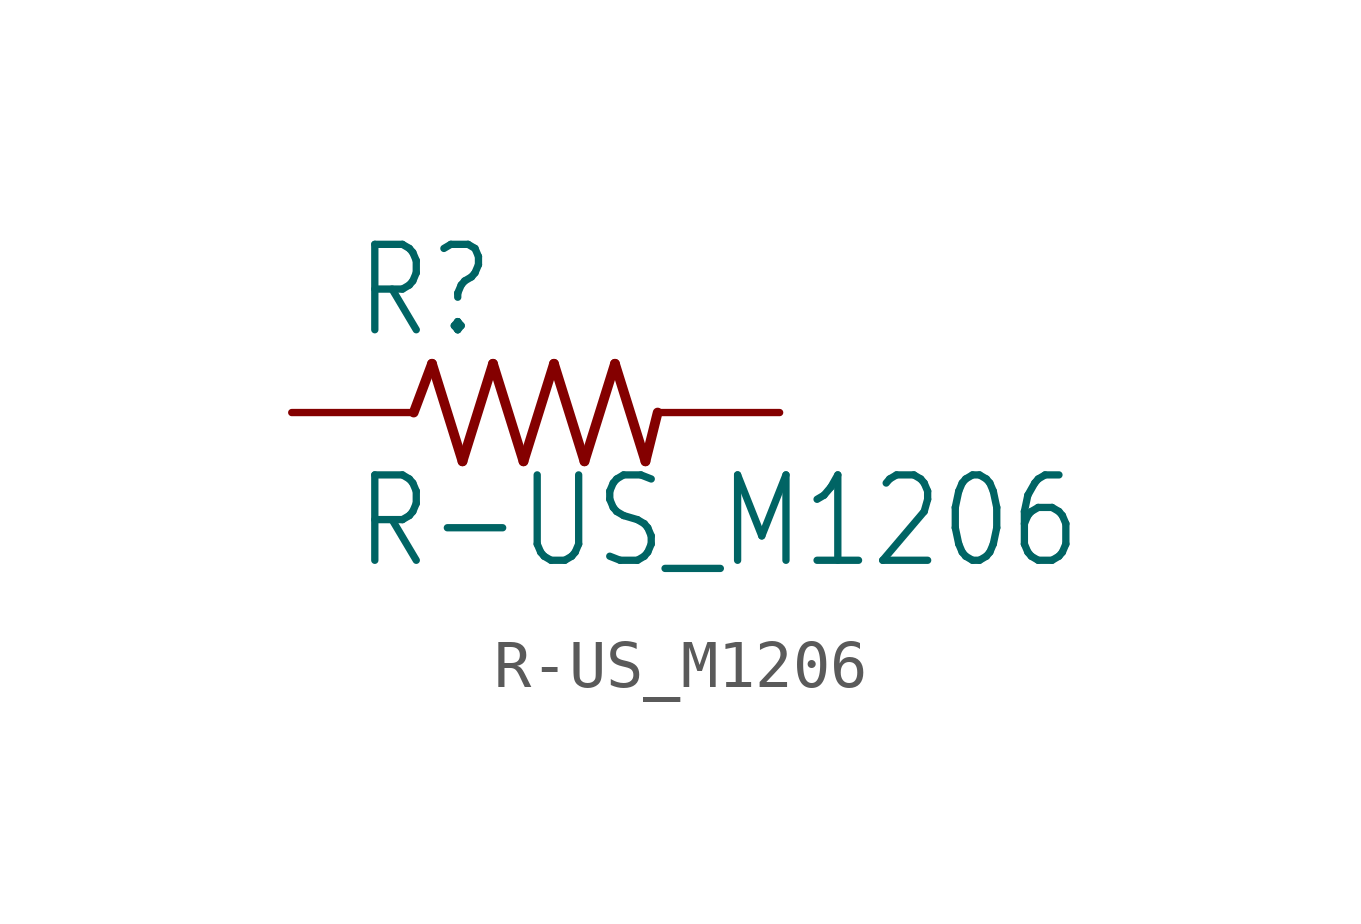
<source format=kicad_sym>
(kicad_symbol_lib
  (version 20211014)
  (generator kicad_symbol_editor)
  (symbol "R-US_M1206"
    (property "Reference" "R"
      (at -3.81 1.499 0)
      (effects (font (size 1.778 1.511)) (justify left bottom)))
    (property "Value" "R-US_M1206"
      (at -3.81 -3.302 0)
      (effects (font (size 1.778 1.511)) (justify left bottom)))
    (property "ki_locked" ""
      (at 0 0 0)
      (effects (font (size 1.27 1.27))))
    (symbol "R-US_M1206_1_0"
      (polyline (pts (xy -2.54 0) (xy -2.159 1.016)) (stroke (width 0.203) (type default)) (fill (type none)))
      (polyline (pts (xy -2.159 1.016) (xy -1.524 -1.016)) (stroke (width 0.203) (type default)) (fill (type none)))
      (polyline (pts (xy -1.524 -1.016) (xy -0.889 1.016)) (stroke (width 0.203) (type default)) (fill (type none)))
      (polyline (pts (xy -0.889 1.016) (xy -0.254 -1.016)) (stroke (width 0.203) (type default)) (fill (type none)))
      (polyline (pts (xy -0.254 -1.016) (xy 0.381 1.016)) (stroke (width 0.203) (type default)) (fill (type none)))
      (polyline (pts (xy 0.381 1.016) (xy 1.016 -1.016)) (stroke (width 0.203) (type default)) (fill (type none)))
      (polyline (pts (xy 1.016 -1.016) (xy 1.651 1.016)) (stroke (width 0.203) (type default)) (fill (type none)))
      (polyline (pts (xy 1.651 1.016) (xy 2.286 -1.016)) (stroke (width 0.203) (type default)) (fill (type none)))
      (polyline (pts (xy 2.286 -1.016) (xy 2.54 0)) (stroke (width 0.203) (type default)) (fill (type none)))
      (pin passive line (at -5.08 0 0) (length 2.54) (name "1" (effects (font (size 0 0)))) (number "1" (effects (font (size 0 0)))))
      (pin passive line (at 5.08 0 180) (length 2.54) (name "2" (effects (font (size 0 0)))) (number "2" (effects (font (size 0 0))))))))
</source>
